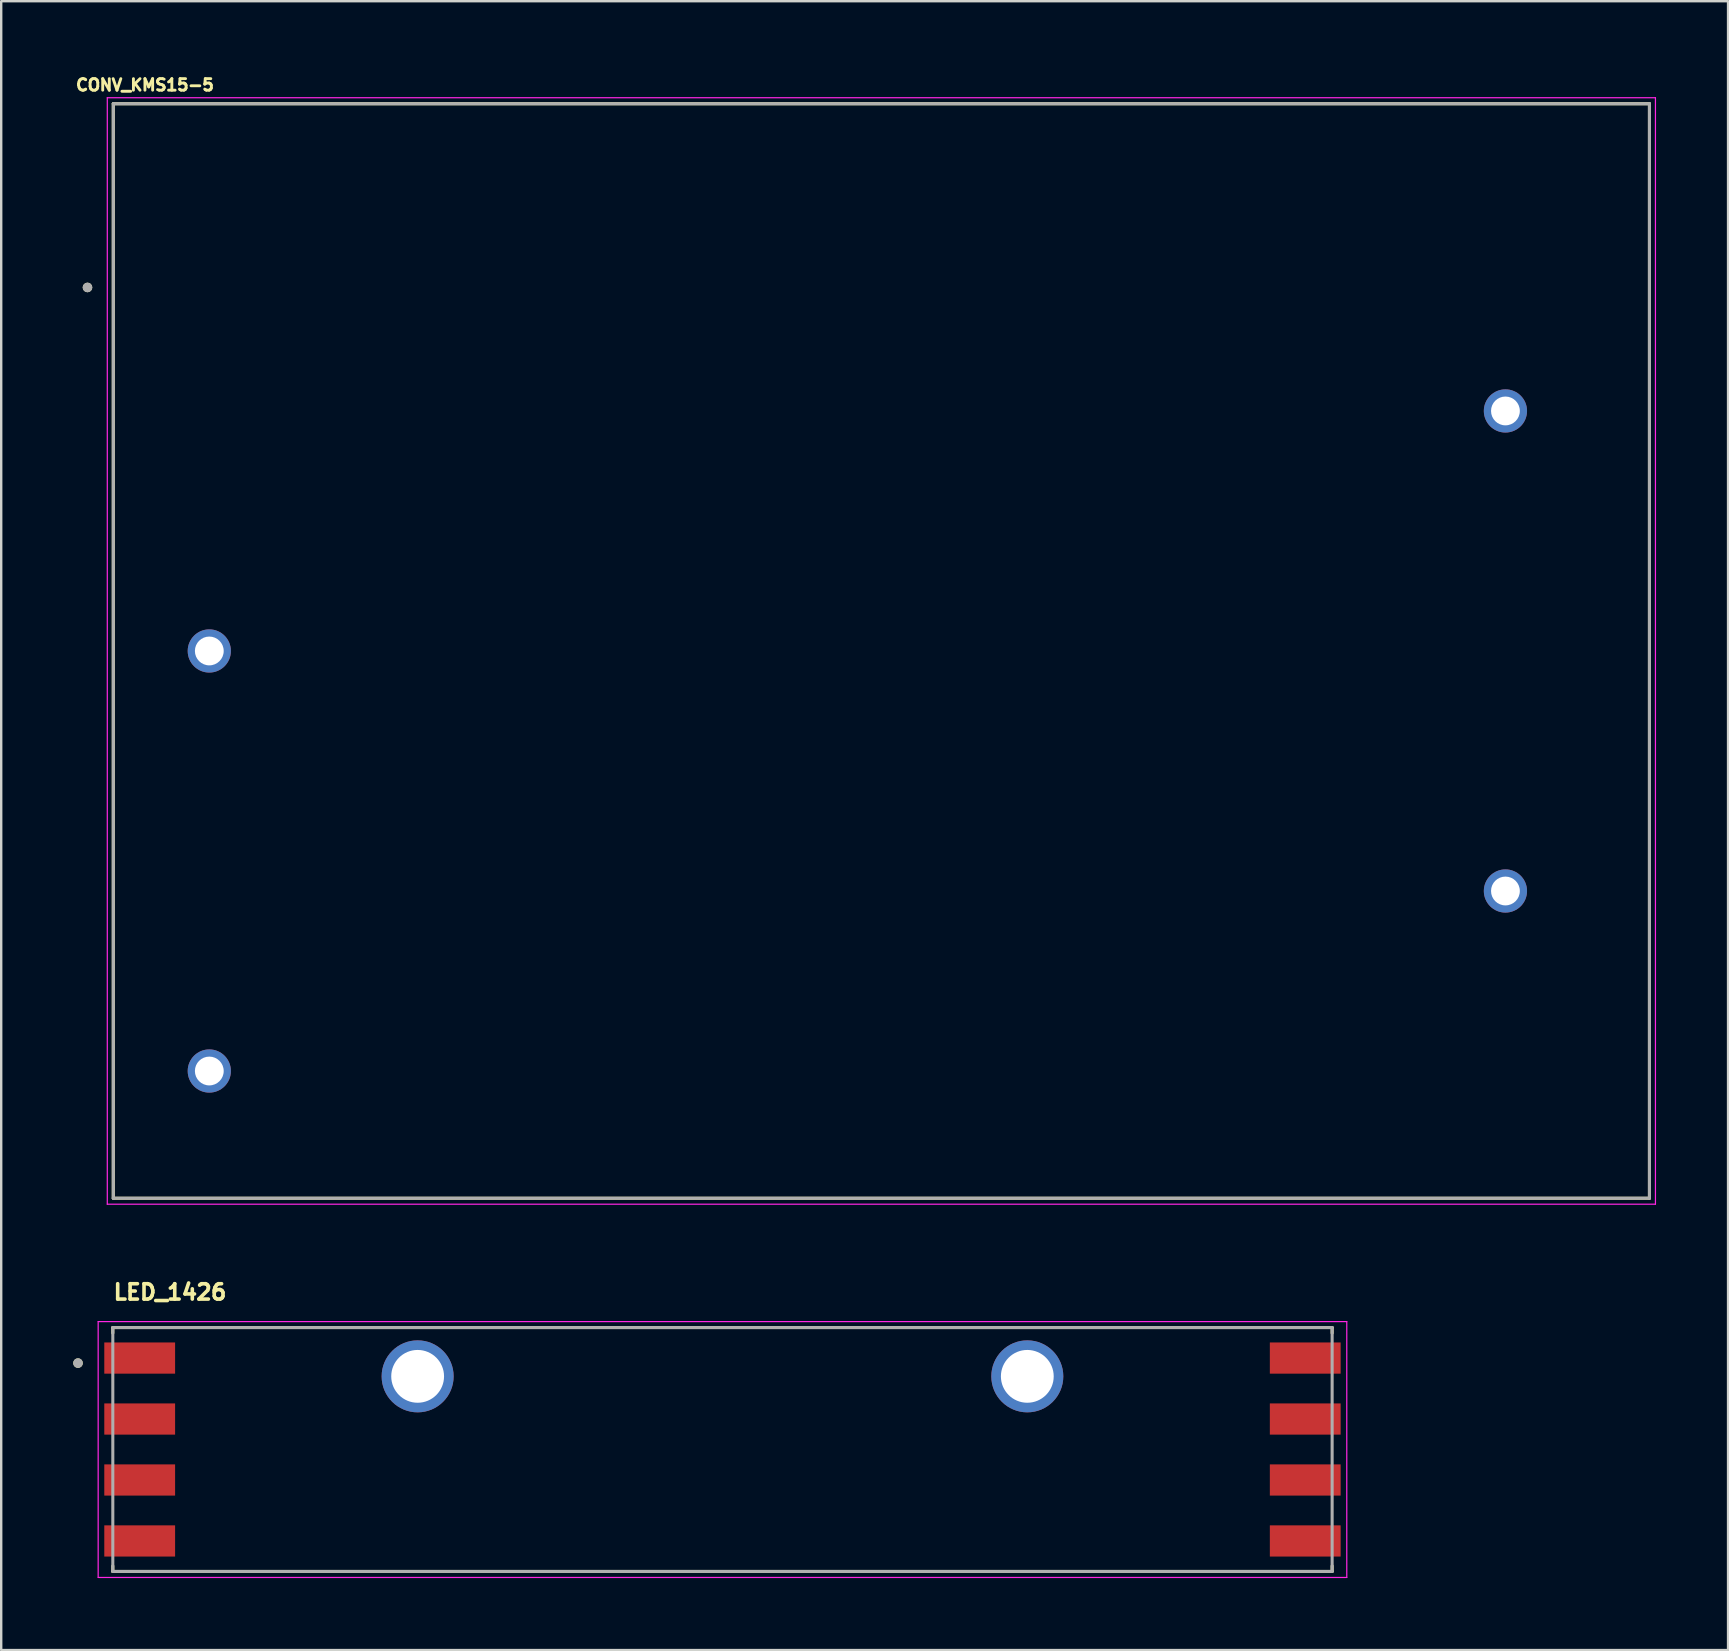
<source format=kicad_pcb>
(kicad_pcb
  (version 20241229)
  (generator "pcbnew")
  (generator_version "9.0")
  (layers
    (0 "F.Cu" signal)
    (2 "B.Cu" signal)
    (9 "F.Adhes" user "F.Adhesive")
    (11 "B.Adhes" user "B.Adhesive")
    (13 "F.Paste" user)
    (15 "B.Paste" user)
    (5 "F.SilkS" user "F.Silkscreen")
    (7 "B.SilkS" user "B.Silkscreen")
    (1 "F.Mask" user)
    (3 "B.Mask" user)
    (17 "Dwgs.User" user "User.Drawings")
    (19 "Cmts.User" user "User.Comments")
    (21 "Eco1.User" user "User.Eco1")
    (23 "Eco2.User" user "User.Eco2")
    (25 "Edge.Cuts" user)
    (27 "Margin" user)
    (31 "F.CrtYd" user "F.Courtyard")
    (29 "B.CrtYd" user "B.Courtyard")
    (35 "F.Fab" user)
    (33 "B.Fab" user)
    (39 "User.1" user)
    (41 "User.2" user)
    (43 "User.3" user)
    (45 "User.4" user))
  (footprint "LED_1426"
    (layer "F.Cu")
    (at 27.05 57.34)
    (property "Reference" "LED_1426" (at -23.018 -6.556 0) (layer "F.SilkS") (effects (font (size 0.64 0.64) (thickness 0.15))))
    (attr smd)
    (fp_line (start -25.4 -5.08) (end 25.4 -5.08) (stroke (width 0.127) (type solid)) (layer "F.SilkS"))
    (fp_line (start -25.4 -4.85) (end -25.4 -5.08) (stroke (width 0.127) (type solid)) (layer "F.SilkS"))
    (fp_line (start -25.4 5.08) (end -25.4 4.85) (stroke (width 0.127) (type solid)) (layer "F.SilkS"))
    (fp_line (start 25.4 -5.08) (end 25.4 -4.85) (stroke (width 0.127) (type solid)) (layer "F.SilkS"))
    (fp_line (start 25.4 4.85) (end 25.4 5.08) (stroke (width 0.127) (type solid)) (layer "F.SilkS"))
    (fp_line (start 25.4 5.08) (end -25.4 5.08) (stroke (width 0.127) (type solid)) (layer "F.SilkS"))
    (fp_circle (center -26.85 -3.6) (end -26.75 -3.6) (stroke (width 0.2) (type solid)) (fill no) (layer "F.SilkS"))
    (fp_line (start -26.01 -5.33) (end -26.01 5.33) (stroke (width 0.05) (type solid)) (layer "F.CrtYd"))
    (fp_line (start -26.01 5.33) (end 26.01 5.33) (stroke (width 0.05) (type solid)) (layer "F.CrtYd"))
    (fp_line (start 26.01 -5.33) (end -26.01 -5.33) (stroke (width 0.05) (type solid)) (layer "F.CrtYd"))
    (fp_line (start 26.01 5.33) (end 26.01 -5.33) (stroke (width 0.05) (type solid)) (layer "F.CrtYd"))
    (fp_line (start -25.4 -5.08) (end 25.4 -5.08) (stroke (width 0.127) (type solid)) (layer "F.Fab"))
    (fp_line (start -25.4 5.08) (end -25.4 -5.08) (stroke (width 0.127) (type solid)) (layer "F.Fab"))
    (fp_line (start 25.4 -5.08) (end 25.4 5.08) (stroke (width 0.127) (type solid)) (layer "F.Fab"))
    (fp_line (start 25.4 5.08) (end -25.4 5.08) (stroke (width 0.127) (type solid)) (layer "F.Fab"))
    (fp_circle (center -26.85 -3.6) (end -26.75 -3.6) (stroke (width 0.2) (type solid)) (fill no) (layer "F.Fab"))
    (pad "1" smd rect (at -24.28 -3.81) (size 2.95 1.3) (layers "F.Cu" "F.Mask" "F.Paste"))
    (pad "2" smd rect (at -24.28 -1.27) (size 2.95 1.3) (layers "F.Cu" "F.Mask" "F.Paste"))
    (pad "3" smd rect (at -24.28 1.27) (size 2.95 1.3) (layers "F.Cu" "F.Mask" "F.Paste"))
    (pad "4" smd rect (at -24.28 3.81) (size 2.95 1.3) (layers "F.Cu" "F.Mask" "F.Paste"))
    (pad "5" smd rect (at 24.28 3.81) (size 2.95 1.3) (layers "F.Cu" "F.Mask" "F.Paste"))
    (pad "6" smd rect (at 24.28 1.27) (size 2.95 1.3) (layers "F.Cu" "F.Mask" "F.Paste"))
    (pad "7" smd rect (at 24.28 -1.27) (size 2.95 1.3) (layers "F.Cu" "F.Mask" "F.Paste"))
    (pad "8" smd rect (at 24.28 -3.81) (size 2.95 1.3) (layers "F.Cu" "F.Mask" "F.Paste"))
    (pad "SH1" thru_hole circle (at -12.7 -3.048) (size 3 3) (drill 2.2) (layers "*.Cu" "*.Mask"))
    (pad "SH2" thru_hole circle (at 12.7 -3.048) (size 3 3) (drill 2.2) (layers "*.Cu" "*.Mask")))
  (footprint "CONV_KMS15-5"
    (layer "F.Cu")
    (at 33.67 24.071)
    (property "Reference" "CONV_KMS15-5" (at -30.681 -23.58 0) (layer "F.SilkS") (effects (font (size 0.48 0.48) (thickness 0.15))))
    (attr through_hole)
    (fp_line (start -32 -22.8) (end 32 -22.8) (stroke (width 0.127) (type solid)) (layer "F.SilkS"))
    (fp_line (start -32 22.8) (end -32 -22.8) (stroke (width 0.127) (type solid)) (layer "F.SilkS"))
    (fp_line (start 32 -22.8) (end 32 22.8) (stroke (width 0.127) (type solid)) (layer "F.SilkS"))
    (fp_line (start 32 22.8) (end -32 22.8) (stroke (width 0.127) (type solid)) (layer "F.SilkS"))
    (fp_circle (center -33.075 -15.145) (end -32.975 -15.145) (stroke (width 0.2) (type solid)) (fill no) (layer "F.SilkS"))
    (fp_line (start -32.25 -23.05) (end 32.25 -23.05) (stroke (width 0.05) (type solid)) (layer "F.CrtYd"))
    (fp_line (start -32.25 23.05) (end -32.25 -23.05) (stroke (width 0.05) (type solid)) (layer "F.CrtYd"))
    (fp_line (start 32.25 -23.05) (end 32.25 23.05) (stroke (width 0.05) (type solid)) (layer "F.CrtYd"))
    (fp_line (start 32.25 23.05) (end -32.25 23.05) (stroke (width 0.05) (type solid)) (layer "F.CrtYd"))
    (fp_line (start -32 -22.8) (end 32 -22.8) (stroke (width 0.127) (type solid)) (layer "F.Fab"))
    (fp_line (start -32 22.8) (end -32 -22.8) (stroke (width 0.127) (type solid)) (layer "F.Fab"))
    (fp_line (start 32 -22.8) (end 32 22.8) (stroke (width 0.127) (type solid)) (layer "F.Fab"))
    (fp_line (start 32 22.8) (end -32 22.8) (stroke (width 0.127) (type solid)) (layer "F.Fab"))
    (fp_circle (center -33.075 -15.145) (end -32.975 -15.145) (stroke (width 0.2) (type solid)) (fill no) (layer "F.Fab"))
    (pad "2" thru_hole circle (at -28 0) (size 1.8 1.8) (drill 1.2) (layers "*.Cu" "*.Mask"))
    (pad "3" thru_hole circle (at -28 17.5) (size 1.8 1.8) (drill 1.2) (layers "*.Cu" "*.Mask"))
    (pad "4" thru_hole circle (at 26 -10) (size 1.8 1.8) (drill 1.2) (layers "*.Cu" "*.Mask"))
    (pad "7" thru_hole circle (at 26 10) (size 1.8 1.8) (drill 1.2) (layers "*.Cu" "*.Mask")))
  (gr_rect
    (start -3 -3)
    (end 68.945 65.695)
    (stroke (width 0.1) (type default))
    (fill no)
    (layer "Edge.Cuts")))
</source>
